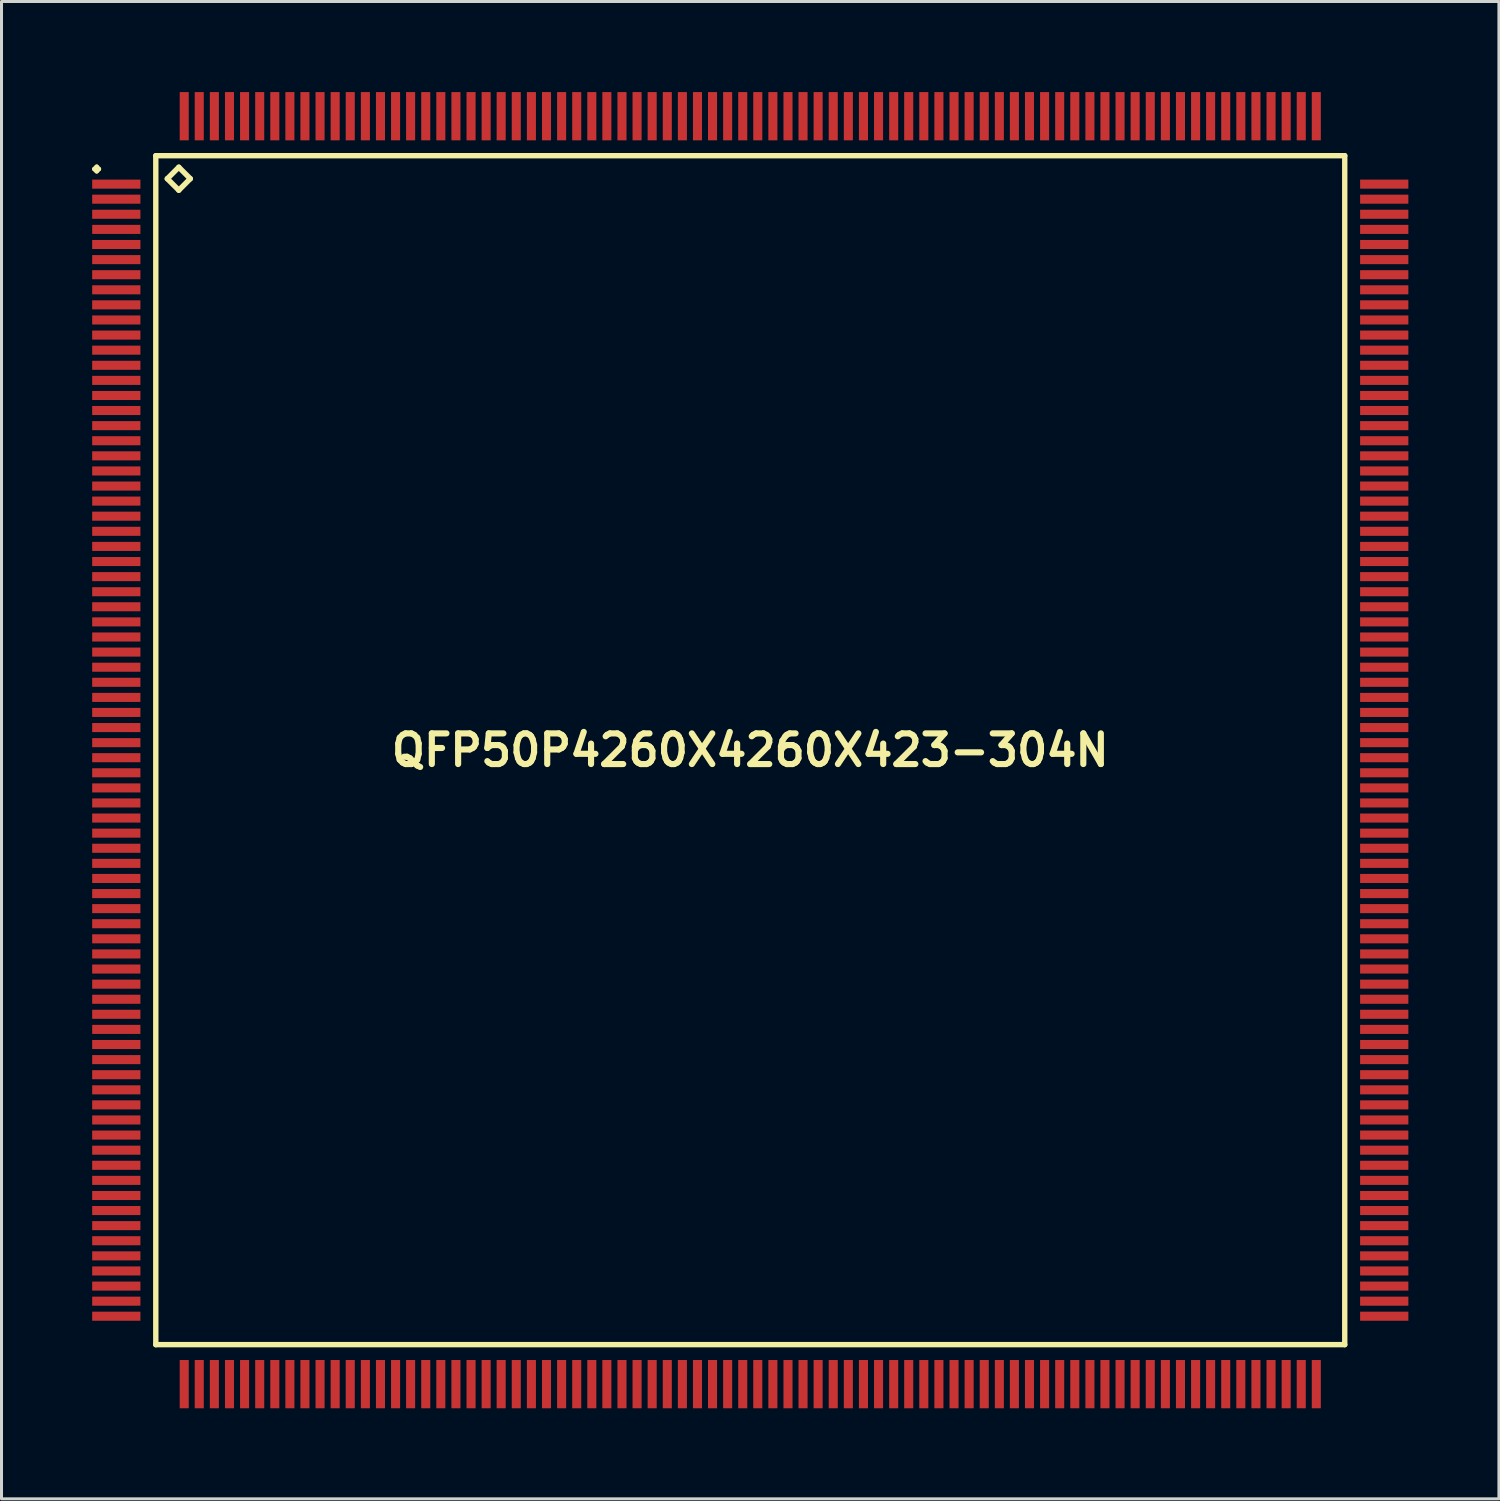
<source format=kicad_pcb>
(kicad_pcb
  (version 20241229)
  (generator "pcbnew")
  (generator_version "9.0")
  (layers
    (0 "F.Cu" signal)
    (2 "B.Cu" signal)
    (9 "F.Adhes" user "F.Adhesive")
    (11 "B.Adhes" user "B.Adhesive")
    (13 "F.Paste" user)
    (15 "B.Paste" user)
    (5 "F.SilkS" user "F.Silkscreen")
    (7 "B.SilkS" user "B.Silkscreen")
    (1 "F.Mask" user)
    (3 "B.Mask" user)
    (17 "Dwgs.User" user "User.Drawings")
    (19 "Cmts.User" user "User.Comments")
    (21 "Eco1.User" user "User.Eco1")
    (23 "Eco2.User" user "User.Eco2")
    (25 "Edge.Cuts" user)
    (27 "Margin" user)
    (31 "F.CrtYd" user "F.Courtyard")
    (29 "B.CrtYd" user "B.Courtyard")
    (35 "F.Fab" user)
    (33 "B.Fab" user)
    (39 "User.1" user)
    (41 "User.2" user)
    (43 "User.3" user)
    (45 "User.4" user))
  (footprint "QFP50P4260X4260X423-304N"
    (layer "F.Cu")
    (at 21.8 21.797)
    (property "Reference" "QFP50P4260X4260X423-304N" (at 0 0 0) (layer "F.SilkS") (effects (font (size 1.016 1.016) (thickness 0.203))))
    (attr smd)
    (fp_line (start -21.725 -19.248) (end -21.648 -19.324) (stroke (width 0.15) (type solid)) (layer "F.SilkS"))
    (fp_line (start -21.648 -19.324) (end -21.575 -19.248) (stroke (width 0.15) (type solid)) (layer "F.SilkS"))
    (fp_line (start -21.648 -19.174) (end -21.725 -19.248) (stroke (width 0.15) (type solid)) (layer "F.SilkS"))
    (fp_line (start -21.575 -19.248) (end -21.648 -19.174) (stroke (width 0.15) (type solid)) (layer "F.SilkS"))
    (fp_line (start -19.69 -19.69) (end -19.69 19.69) (stroke (width 0.178) (type solid)) (layer "F.SilkS"))
    (fp_line (start -19.69 19.69) (end 19.69 19.69) (stroke (width 0.178) (type solid)) (layer "F.SilkS"))
    (fp_line (start -19.309 -18.928) (end -18.928 -19.309) (stroke (width 0.178) (type solid)) (layer "F.SilkS"))
    (fp_line (start -18.928 -19.309) (end -18.547 -18.928) (stroke (width 0.178) (type solid)) (layer "F.SilkS"))
    (fp_line (start -18.928 -18.547) (end -19.309 -18.928) (stroke (width 0.178) (type solid)) (layer "F.SilkS"))
    (fp_line (start -18.547 -18.928) (end -18.928 -18.547) (stroke (width 0.178) (type solid)) (layer "F.SilkS"))
    (fp_line (start 19.69 -19.69) (end -19.69 -19.69) (stroke (width 0.178) (type solid)) (layer "F.SilkS"))
    (fp_line (start 19.69 19.69) (end 19.69 -19.69) (stroke (width 0.178) (type solid)) (layer "F.SilkS"))
    (pad "1" smd rect (at -20.998 -18.748) (size 1.598 0.3) (layers "F.Cu" "F.Mask" "F.Paste"))
    (pad "2" smd rect (at -20.998 -18.25) (size 1.598 0.3) (layers "F.Cu" "F.Mask" "F.Paste"))
    (pad "3" smd rect (at -20.998 -17.75) (size 1.598 0.3) (layers "F.Cu" "F.Mask" "F.Paste"))
    (pad "4" smd rect (at -20.998 -17.249) (size 1.598 0.3) (layers "F.Cu" "F.Mask" "F.Paste"))
    (pad "5" smd rect (at -20.998 -16.749) (size 1.598 0.3) (layers "F.Cu" "F.Mask" "F.Paste"))
    (pad "6" smd rect (at -20.998 -16.248) (size 1.598 0.3) (layers "F.Cu" "F.Mask" "F.Paste"))
    (pad "7" smd rect (at -20.998 -15.748) (size 1.598 0.3) (layers "F.Cu" "F.Mask" "F.Paste"))
    (pad "8" smd rect (at -20.998 -15.248) (size 1.598 0.3) (layers "F.Cu" "F.Mask" "F.Paste"))
    (pad "9" smd rect (at -20.998 -14.75) (size 1.598 0.3) (layers "F.Cu" "F.Mask" "F.Paste"))
    (pad "10" smd rect (at -20.998 -14.249) (size 1.598 0.3) (layers "F.Cu" "F.Mask" "F.Paste"))
    (pad "11" smd rect (at -20.998 -13.749) (size 1.598 0.3) (layers "F.Cu" "F.Mask" "F.Paste"))
    (pad "12" smd rect (at -20.998 -13.249) (size 1.598 0.3) (layers "F.Cu" "F.Mask" "F.Paste"))
    (pad "13" smd rect (at -20.998 -12.748) (size 1.598 0.3) (layers "F.Cu" "F.Mask" "F.Paste"))
    (pad "14" smd rect (at -20.998 -12.248) (size 1.598 0.3) (layers "F.Cu" "F.Mask" "F.Paste"))
    (pad "15" smd rect (at -20.998 -11.748) (size 1.598 0.3) (layers "F.Cu" "F.Mask" "F.Paste"))
    (pad "16" smd rect (at -20.998 -11.25) (size 1.598 0.3) (layers "F.Cu" "F.Mask" "F.Paste"))
    (pad "17" smd rect (at -20.998 -10.749) (size 1.598 0.3) (layers "F.Cu" "F.Mask" "F.Paste"))
    (pad "18" smd rect (at -20.998 -10.249) (size 1.598 0.3) (layers "F.Cu" "F.Mask" "F.Paste"))
    (pad "19" smd rect (at -20.998 -9.749) (size 1.598 0.3) (layers "F.Cu" "F.Mask" "F.Paste"))
    (pad "20" smd rect (at -20.998 -9.248) (size 1.598 0.3) (layers "F.Cu" "F.Mask" "F.Paste"))
    (pad "21" smd rect (at -20.998 -8.748) (size 1.598 0.3) (layers "F.Cu" "F.Mask" "F.Paste"))
    (pad "22" smd rect (at -20.998 -8.25) (size 1.598 0.3) (layers "F.Cu" "F.Mask" "F.Paste"))
    (pad "23" smd rect (at -20.998 -7.75) (size 1.598 0.3) (layers "F.Cu" "F.Mask" "F.Paste"))
    (pad "24" smd rect (at -20.998 -7.249) (size 1.598 0.3) (layers "F.Cu" "F.Mask" "F.Paste"))
    (pad "25" smd rect (at -20.998 -6.749) (size 1.598 0.3) (layers "F.Cu" "F.Mask" "F.Paste"))
    (pad "26" smd rect (at -20.998 -6.248) (size 1.598 0.3) (layers "F.Cu" "F.Mask" "F.Paste"))
    (pad "27" smd rect (at -20.998 -5.748) (size 1.598 0.3) (layers "F.Cu" "F.Mask" "F.Paste"))
    (pad "28" smd rect (at -20.998 -5.248) (size 1.598 0.3) (layers "F.Cu" "F.Mask" "F.Paste"))
    (pad "29" smd rect (at -20.998 -4.75) (size 1.598 0.3) (layers "F.Cu" "F.Mask" "F.Paste"))
    (pad "30" smd rect (at -20.998 -4.249) (size 1.598 0.3) (layers "F.Cu" "F.Mask" "F.Paste"))
    (pad "31" smd rect (at -20.998 -3.749) (size 1.598 0.3) (layers "F.Cu" "F.Mask" "F.Paste"))
    (pad "32" smd rect (at -20.998 -3.249) (size 1.598 0.3) (layers "F.Cu" "F.Mask" "F.Paste"))
    (pad "33" smd rect (at -20.998 -2.748) (size 1.598 0.3) (layers "F.Cu" "F.Mask" "F.Paste"))
    (pad "34" smd rect (at -20.998 -2.248) (size 1.598 0.3) (layers "F.Cu" "F.Mask" "F.Paste"))
    (pad "35" smd rect (at -20.998 -1.748) (size 1.598 0.3) (layers "F.Cu" "F.Mask" "F.Paste"))
    (pad "36" smd rect (at -20.998 -1.25) (size 1.598 0.3) (layers "F.Cu" "F.Mask" "F.Paste"))
    (pad "37" smd rect (at -20.998 -0.749) (size 1.598 0.3) (layers "F.Cu" "F.Mask" "F.Paste"))
    (pad "38" smd rect (at -20.998 -0.249) (size 1.598 0.3) (layers "F.Cu" "F.Mask" "F.Paste"))
    (pad "39" smd rect (at -20.998 0.249) (size 1.598 0.3) (layers "F.Cu" "F.Mask" "F.Paste"))
    (pad "40" smd rect (at -20.998 0.749) (size 1.598 0.3) (layers "F.Cu" "F.Mask" "F.Paste"))
    (pad "41" smd rect (at -20.998 1.25) (size 1.598 0.3) (layers "F.Cu" "F.Mask" "F.Paste"))
    (pad "42" smd rect (at -20.998 1.748) (size 1.598 0.3) (layers "F.Cu" "F.Mask" "F.Paste"))
    (pad "43" smd rect (at -20.998 2.248) (size 1.598 0.3) (layers "F.Cu" "F.Mask" "F.Paste"))
    (pad "44" smd rect (at -20.998 2.748) (size 1.598 0.3) (layers "F.Cu" "F.Mask" "F.Paste"))
    (pad "45" smd rect (at -20.998 3.249) (size 1.598 0.3) (layers "F.Cu" "F.Mask" "F.Paste"))
    (pad "46" smd rect (at -20.998 3.749) (size 1.598 0.3) (layers "F.Cu" "F.Mask" "F.Paste"))
    (pad "47" smd rect (at -20.998 4.249) (size 1.598 0.3) (layers "F.Cu" "F.Mask" "F.Paste"))
    (pad "48" smd rect (at -20.998 4.75) (size 1.598 0.3) (layers "F.Cu" "F.Mask" "F.Paste"))
    (pad "49" smd rect (at -20.998 5.248) (size 1.598 0.3) (layers "F.Cu" "F.Mask" "F.Paste"))
    (pad "50" smd rect (at -20.998 5.748) (size 1.598 0.3) (layers "F.Cu" "F.Mask" "F.Paste"))
    (pad "51" smd rect (at -20.998 6.248) (size 1.598 0.3) (layers "F.Cu" "F.Mask" "F.Paste"))
    (pad "52" smd rect (at -20.998 6.749) (size 1.598 0.3) (layers "F.Cu" "F.Mask" "F.Paste"))
    (pad "53" smd rect (at -20.998 7.249) (size 1.598 0.3) (layers "F.Cu" "F.Mask" "F.Paste"))
    (pad "54" smd rect (at -20.998 7.75) (size 1.598 0.3) (layers "F.Cu" "F.Mask" "F.Paste"))
    (pad "55" smd rect (at -20.998 8.25) (size 1.598 0.3) (layers "F.Cu" "F.Mask" "F.Paste"))
    (pad "56" smd rect (at -20.998 8.748) (size 1.598 0.3) (layers "F.Cu" "F.Mask" "F.Paste"))
    (pad "57" smd rect (at -20.998 9.248) (size 1.598 0.3) (layers "F.Cu" "F.Mask" "F.Paste"))
    (pad "58" smd rect (at -20.998 9.749) (size 1.598 0.3) (layers "F.Cu" "F.Mask" "F.Paste"))
    (pad "59" smd rect (at -20.998 10.249) (size 1.598 0.3) (layers "F.Cu" "F.Mask" "F.Paste"))
    (pad "60" smd rect (at -20.998 10.749) (size 1.598 0.3) (layers "F.Cu" "F.Mask" "F.Paste"))
    (pad "61" smd rect (at -20.998 11.25) (size 1.598 0.3) (layers "F.Cu" "F.Mask" "F.Paste"))
    (pad "62" smd rect (at -20.998 11.748) (size 1.598 0.3) (layers "F.Cu" "F.Mask" "F.Paste"))
    (pad "63" smd rect (at -20.998 12.248) (size 1.598 0.3) (layers "F.Cu" "F.Mask" "F.Paste"))
    (pad "64" smd rect (at -20.998 12.748) (size 1.598 0.3) (layers "F.Cu" "F.Mask" "F.Paste"))
    (pad "65" smd rect (at -20.998 13.249) (size 1.598 0.3) (layers "F.Cu" "F.Mask" "F.Paste"))
    (pad "66" smd rect (at -20.998 13.749) (size 1.598 0.3) (layers "F.Cu" "F.Mask" "F.Paste"))
    (pad "67" smd rect (at -20.998 14.249) (size 1.598 0.3) (layers "F.Cu" "F.Mask" "F.Paste"))
    (pad "68" smd rect (at -20.998 14.75) (size 1.598 0.3) (layers "F.Cu" "F.Mask" "F.Paste"))
    (pad "69" smd rect (at -20.998 15.248) (size 1.598 0.3) (layers "F.Cu" "F.Mask" "F.Paste"))
    (pad "70" smd rect (at -20.998 15.748) (size 1.598 0.3) (layers "F.Cu" "F.Mask" "F.Paste"))
    (pad "71" smd rect (at -20.998 16.248) (size 1.598 0.3) (layers "F.Cu" "F.Mask" "F.Paste"))
    (pad "72" smd rect (at -20.998 16.749) (size 1.598 0.3) (layers "F.Cu" "F.Mask" "F.Paste"))
    (pad "73" smd rect (at -20.998 17.249) (size 1.598 0.3) (layers "F.Cu" "F.Mask" "F.Paste"))
    (pad "74" smd rect (at -20.998 17.75) (size 1.598 0.3) (layers "F.Cu" "F.Mask" "F.Paste"))
    (pad "75" smd rect (at -20.998 18.25) (size 1.598 0.3) (layers "F.Cu" "F.Mask" "F.Paste"))
    (pad "76" smd rect (at -20.998 18.748) (size 1.598 0.3) (layers "F.Cu" "F.Mask" "F.Paste"))
    (pad "77" smd rect (at -18.748 20.998) (size 0.3 1.598) (layers "F.Cu" "F.Mask" "F.Paste"))
    (pad "78" smd rect (at -18.25 20.998) (size 0.3 1.598) (layers "F.Cu" "F.Mask" "F.Paste"))
    (pad "79" smd rect (at -17.75 20.998) (size 0.3 1.598) (layers "F.Cu" "F.Mask" "F.Paste"))
    (pad "80" smd rect (at -17.249 20.998) (size 0.3 1.598) (layers "F.Cu" "F.Mask" "F.Paste"))
    (pad "81" smd rect (at -16.749 20.998) (size 0.3 1.598) (layers "F.Cu" "F.Mask" "F.Paste"))
    (pad "82" smd rect (at -16.248 20.998) (size 0.3 1.598) (layers "F.Cu" "F.Mask" "F.Paste"))
    (pad "83" smd rect (at -15.748 20.998) (size 0.3 1.598) (layers "F.Cu" "F.Mask" "F.Paste"))
    (pad "84" smd rect (at -15.248 20.998) (size 0.3 1.598) (layers "F.Cu" "F.Mask" "F.Paste"))
    (pad "85" smd rect (at -14.75 20.998) (size 0.3 1.598) (layers "F.Cu" "F.Mask" "F.Paste"))
    (pad "86" smd rect (at -14.249 20.998) (size 0.3 1.598) (layers "F.Cu" "F.Mask" "F.Paste"))
    (pad "87" smd rect (at -13.749 20.998) (size 0.3 1.598) (layers "F.Cu" "F.Mask" "F.Paste"))
    (pad "88" smd rect (at -13.249 20.998) (size 0.3 1.598) (layers "F.Cu" "F.Mask" "F.Paste"))
    (pad "89" smd rect (at -12.748 20.998) (size 0.3 1.598) (layers "F.Cu" "F.Mask" "F.Paste"))
    (pad "90" smd rect (at -12.248 20.998) (size 0.3 1.598) (layers "F.Cu" "F.Mask" "F.Paste"))
    (pad "91" smd rect (at -11.748 20.998) (size 0.3 1.598) (layers "F.Cu" "F.Mask" "F.Paste"))
    (pad "92" smd rect (at -11.25 20.998) (size 0.3 1.598) (layers "F.Cu" "F.Mask" "F.Paste"))
    (pad "93" smd rect (at -10.749 20.998) (size 0.3 1.598) (layers "F.Cu" "F.Mask" "F.Paste"))
    (pad "94" smd rect (at -10.249 20.998) (size 0.3 1.598) (layers "F.Cu" "F.Mask" "F.Paste"))
    (pad "95" smd rect (at -9.749 20.998) (size 0.3 1.598) (layers "F.Cu" "F.Mask" "F.Paste"))
    (pad "96" smd rect (at -9.248 20.998) (size 0.3 1.598) (layers "F.Cu" "F.Mask" "F.Paste"))
    (pad "97" smd rect (at -8.748 20.998) (size 0.3 1.598) (layers "F.Cu" "F.Mask" "F.Paste"))
    (pad "98" smd rect (at -8.25 20.998) (size 0.3 1.598) (layers "F.Cu" "F.Mask" "F.Paste"))
    (pad "99" smd rect (at -7.75 20.998) (size 0.3 1.598) (layers "F.Cu" "F.Mask" "F.Paste"))
    (pad "100" smd rect (at -7.249 20.998) (size 0.3 1.598) (layers "F.Cu" "F.Mask" "F.Paste"))
    (pad "101" smd rect (at -6.749 20.998) (size 0.3 1.598) (layers "F.Cu" "F.Mask" "F.Paste"))
    (pad "102" smd rect (at -6.248 20.998) (size 0.3 1.598) (layers "F.Cu" "F.Mask" "F.Paste"))
    (pad "103" smd rect (at -5.748 20.998) (size 0.3 1.598) (layers "F.Cu" "F.Mask" "F.Paste"))
    (pad "104" smd rect (at -5.248 20.998) (size 0.3 1.598) (layers "F.Cu" "F.Mask" "F.Paste"))
    (pad "105" smd rect (at -4.75 20.998) (size 0.3 1.598) (layers "F.Cu" "F.Mask" "F.Paste"))
    (pad "106" smd rect (at -4.249 20.998) (size 0.3 1.598) (layers "F.Cu" "F.Mask" "F.Paste"))
    (pad "107" smd rect (at -3.749 20.998) (size 0.3 1.598) (layers "F.Cu" "F.Mask" "F.Paste"))
    (pad "108" smd rect (at -3.249 20.998) (size 0.3 1.598) (layers "F.Cu" "F.Mask" "F.Paste"))
    (pad "109" smd rect (at -2.748 20.998) (size 0.3 1.598) (layers "F.Cu" "F.Mask" "F.Paste"))
    (pad "110" smd rect (at -2.248 20.998) (size 0.3 1.598) (layers "F.Cu" "F.Mask" "F.Paste"))
    (pad "111" smd rect (at -1.748 20.998) (size 0.3 1.598) (layers "F.Cu" "F.Mask" "F.Paste"))
    (pad "112" smd rect (at -1.25 20.998) (size 0.3 1.598) (layers "F.Cu" "F.Mask" "F.Paste"))
    (pad "113" smd rect (at -0.749 20.998) (size 0.3 1.598) (layers "F.Cu" "F.Mask" "F.Paste"))
    (pad "114" smd rect (at -0.249 20.998) (size 0.3 1.598) (layers "F.Cu" "F.Mask" "F.Paste"))
    (pad "115" smd rect (at 0.249 20.998) (size 0.3 1.598) (layers "F.Cu" "F.Mask" "F.Paste"))
    (pad "116" smd rect (at 0.749 20.998) (size 0.3 1.598) (layers "F.Cu" "F.Mask" "F.Paste"))
    (pad "117" smd rect (at 1.25 20.998) (size 0.3 1.598) (layers "F.Cu" "F.Mask" "F.Paste"))
    (pad "118" smd rect (at 1.748 20.998) (size 0.3 1.598) (layers "F.Cu" "F.Mask" "F.Paste"))
    (pad "119" smd rect (at 2.248 20.998) (size 0.3 1.598) (layers "F.Cu" "F.Mask" "F.Paste"))
    (pad "120" smd rect (at 2.748 20.998) (size 0.3 1.598) (layers "F.Cu" "F.Mask" "F.Paste"))
    (pad "121" smd rect (at 3.249 20.998) (size 0.3 1.598) (layers "F.Cu" "F.Mask" "F.Paste"))
    (pad "122" smd rect (at 3.749 20.998) (size 0.3 1.598) (layers "F.Cu" "F.Mask" "F.Paste"))
    (pad "123" smd rect (at 4.249 20.998) (size 0.3 1.598) (layers "F.Cu" "F.Mask" "F.Paste"))
    (pad "124" smd rect (at 4.75 20.998) (size 0.3 1.598) (layers "F.Cu" "F.Mask" "F.Paste"))
    (pad "125" smd rect (at 5.248 20.998) (size 0.3 1.598) (layers "F.Cu" "F.Mask" "F.Paste"))
    (pad "126" smd rect (at 5.748 20.998) (size 0.3 1.598) (layers "F.Cu" "F.Mask" "F.Paste"))
    (pad "127" smd rect (at 6.248 20.998) (size 0.3 1.598) (layers "F.Cu" "F.Mask" "F.Paste"))
    (pad "128" smd rect (at 6.749 20.998) (size 0.3 1.598) (layers "F.Cu" "F.Mask" "F.Paste"))
    (pad "129" smd rect (at 7.249 20.998) (size 0.3 1.598) (layers "F.Cu" "F.Mask" "F.Paste"))
    (pad "130" smd rect (at 7.75 20.998) (size 0.3 1.598) (layers "F.Cu" "F.Mask" "F.Paste"))
    (pad "131" smd rect (at 8.25 20.998) (size 0.3 1.598) (layers "F.Cu" "F.Mask" "F.Paste"))
    (pad "132" smd rect (at 8.748 20.998) (size 0.3 1.598) (layers "F.Cu" "F.Mask" "F.Paste"))
    (pad "133" smd rect (at 9.248 20.998) (size 0.3 1.598) (layers "F.Cu" "F.Mask" "F.Paste"))
    (pad "134" smd rect (at 9.749 20.998) (size 0.3 1.598) (layers "F.Cu" "F.Mask" "F.Paste"))
    (pad "135" smd rect (at 10.249 20.998) (size 0.3 1.598) (layers "F.Cu" "F.Mask" "F.Paste"))
    (pad "136" smd rect (at 10.749 20.998) (size 0.3 1.598) (layers "F.Cu" "F.Mask" "F.Paste"))
    (pad "137" smd rect (at 11.25 20.998) (size 0.3 1.598) (layers "F.Cu" "F.Mask" "F.Paste"))
    (pad "138" smd rect (at 11.748 20.998) (size 0.3 1.598) (layers "F.Cu" "F.Mask" "F.Paste"))
    (pad "139" smd rect (at 12.248 20.998) (size 0.3 1.598) (layers "F.Cu" "F.Mask" "F.Paste"))
    (pad "140" smd rect (at 12.748 20.998) (size 0.3 1.598) (layers "F.Cu" "F.Mask" "F.Paste"))
    (pad "141" smd rect (at 13.249 20.998) (size 0.3 1.598) (layers "F.Cu" "F.Mask" "F.Paste"))
    (pad "142" smd rect (at 13.749 20.998) (size 0.3 1.598) (layers "F.Cu" "F.Mask" "F.Paste"))
    (pad "143" smd rect (at 14.249 20.998) (size 0.3 1.598) (layers "F.Cu" "F.Mask" "F.Paste"))
    (pad "144" smd rect (at 14.75 20.998) (size 0.3 1.598) (layers "F.Cu" "F.Mask" "F.Paste"))
    (pad "145" smd rect (at 15.248 20.998) (size 0.3 1.598) (layers "F.Cu" "F.Mask" "F.Paste"))
    (pad "146" smd rect (at 15.748 20.998) (size 0.3 1.598) (layers "F.Cu" "F.Mask" "F.Paste"))
    (pad "147" smd rect (at 16.248 20.998) (size 0.3 1.598) (layers "F.Cu" "F.Mask" "F.Paste"))
    (pad "148" smd rect (at 16.749 20.998) (size 0.3 1.598) (layers "F.Cu" "F.Mask" "F.Paste"))
    (pad "149" smd rect (at 17.249 20.998) (size 0.3 1.598) (layers "F.Cu" "F.Mask" "F.Paste"))
    (pad "150" smd rect (at 17.75 20.998) (size 0.3 1.598) (layers "F.Cu" "F.Mask" "F.Paste"))
    (pad "151" smd rect (at 18.25 20.998) (size 0.3 1.598) (layers "F.Cu" "F.Mask" "F.Paste"))
    (pad "152" smd rect (at 18.748 20.998) (size 0.3 1.598) (layers "F.Cu" "F.Mask" "F.Paste"))
    (pad "153" smd rect (at 20.998 18.748) (size 1.598 0.3) (layers "F.Cu" "F.Mask" "F.Paste"))
    (pad "154" smd rect (at 20.998 18.25) (size 1.598 0.3) (layers "F.Cu" "F.Mask" "F.Paste"))
    (pad "155" smd rect (at 20.998 17.75) (size 1.598 0.3) (layers "F.Cu" "F.Mask" "F.Paste"))
    (pad "156" smd rect (at 20.998 17.249) (size 1.598 0.3) (layers "F.Cu" "F.Mask" "F.Paste"))
    (pad "157" smd rect (at 20.998 16.749) (size 1.598 0.3) (layers "F.Cu" "F.Mask" "F.Paste"))
    (pad "158" smd rect (at 20.998 16.248) (size 1.598 0.3) (layers "F.Cu" "F.Mask" "F.Paste"))
    (pad "159" smd rect (at 20.998 15.748) (size 1.598 0.3) (layers "F.Cu" "F.Mask" "F.Paste"))
    (pad "160" smd rect (at 20.998 15.248) (size 1.598 0.3) (layers "F.Cu" "F.Mask" "F.Paste"))
    (pad "161" smd rect (at 20.998 14.75) (size 1.598 0.3) (layers "F.Cu" "F.Mask" "F.Paste"))
    (pad "162" smd rect (at 20.998 14.249) (size 1.598 0.3) (layers "F.Cu" "F.Mask" "F.Paste"))
    (pad "163" smd rect (at 20.998 13.749) (size 1.598 0.3) (layers "F.Cu" "F.Mask" "F.Paste"))
    (pad "164" smd rect (at 20.998 13.249) (size 1.598 0.3) (layers "F.Cu" "F.Mask" "F.Paste"))
    (pad "165" smd rect (at 20.998 12.748) (size 1.598 0.3) (layers "F.Cu" "F.Mask" "F.Paste"))
    (pad "166" smd rect (at 20.998 12.248) (size 1.598 0.3) (layers "F.Cu" "F.Mask" "F.Paste"))
    (pad "167" smd rect (at 20.998 11.748) (size 1.598 0.3) (layers "F.Cu" "F.Mask" "F.Paste"))
    (pad "168" smd rect (at 20.998 11.25) (size 1.598 0.3) (layers "F.Cu" "F.Mask" "F.Paste"))
    (pad "169" smd rect (at 20.998 10.749) (size 1.598 0.3) (layers "F.Cu" "F.Mask" "F.Paste"))
    (pad "170" smd rect (at 20.998 10.249) (size 1.598 0.3) (layers "F.Cu" "F.Mask" "F.Paste"))
    (pad "171" smd rect (at 20.998 9.749) (size 1.598 0.3) (layers "F.Cu" "F.Mask" "F.Paste"))
    (pad "172" smd rect (at 20.998 9.248) (size 1.598 0.3) (layers "F.Cu" "F.Mask" "F.Paste"))
    (pad "173" smd rect (at 20.998 8.748) (size 1.598 0.3) (layers "F.Cu" "F.Mask" "F.Paste"))
    (pad "174" smd rect (at 20.998 8.25) (size 1.598 0.3) (layers "F.Cu" "F.Mask" "F.Paste"))
    (pad "175" smd rect (at 20.998 7.75) (size 1.598 0.3) (layers "F.Cu" "F.Mask" "F.Paste"))
    (pad "176" smd rect (at 20.998 7.249) (size 1.598 0.3) (layers "F.Cu" "F.Mask" "F.Paste"))
    (pad "177" smd rect (at 20.998 6.749) (size 1.598 0.3) (layers "F.Cu" "F.Mask" "F.Paste"))
    (pad "178" smd rect (at 20.998 6.248) (size 1.598 0.3) (layers "F.Cu" "F.Mask" "F.Paste"))
    (pad "179" smd rect (at 20.998 5.748) (size 1.598 0.3) (layers "F.Cu" "F.Mask" "F.Paste"))
    (pad "180" smd rect (at 20.998 5.248) (size 1.598 0.3) (layers "F.Cu" "F.Mask" "F.Paste"))
    (pad "181" smd rect (at 20.998 4.75) (size 1.598 0.3) (layers "F.Cu" "F.Mask" "F.Paste"))
    (pad "182" smd rect (at 20.998 4.249) (size 1.598 0.3) (layers "F.Cu" "F.Mask" "F.Paste"))
    (pad "183" smd rect (at 20.998 3.749) (size 1.598 0.3) (layers "F.Cu" "F.Mask" "F.Paste"))
    (pad "184" smd rect (at 20.998 3.249) (size 1.598 0.3) (layers "F.Cu" "F.Mask" "F.Paste"))
    (pad "185" smd rect (at 20.998 2.748) (size 1.598 0.3) (layers "F.Cu" "F.Mask" "F.Paste"))
    (pad "186" smd rect (at 20.998 2.248) (size 1.598 0.3) (layers "F.Cu" "F.Mask" "F.Paste"))
    (pad "187" smd rect (at 20.998 1.748) (size 1.598 0.3) (layers "F.Cu" "F.Mask" "F.Paste"))
    (pad "188" smd rect (at 20.998 1.25) (size 1.598 0.3) (layers "F.Cu" "F.Mask" "F.Paste"))
    (pad "189" smd rect (at 20.998 0.749) (size 1.598 0.3) (layers "F.Cu" "F.Mask" "F.Paste"))
    (pad "190" smd rect (at 20.998 0.249) (size 1.598 0.3) (layers "F.Cu" "F.Mask" "F.Paste"))
    (pad "191" smd rect (at 20.998 -0.249) (size 1.598 0.3) (layers "F.Cu" "F.Mask" "F.Paste"))
    (pad "192" smd rect (at 20.998 -0.749) (size 1.598 0.3) (layers "F.Cu" "F.Mask" "F.Paste"))
    (pad "193" smd rect (at 20.998 -1.25) (size 1.598 0.3) (layers "F.Cu" "F.Mask" "F.Paste"))
    (pad "194" smd rect (at 20.998 -1.748) (size 1.598 0.3) (layers "F.Cu" "F.Mask" "F.Paste"))
    (pad "195" smd rect (at 20.998 -2.248) (size 1.598 0.3) (layers "F.Cu" "F.Mask" "F.Paste"))
    (pad "196" smd rect (at 20.998 -2.748) (size 1.598 0.3) (layers "F.Cu" "F.Mask" "F.Paste"))
    (pad "197" smd rect (at 20.998 -3.249) (size 1.598 0.3) (layers "F.Cu" "F.Mask" "F.Paste"))
    (pad "198" smd rect (at 20.998 -3.749) (size 1.598 0.3) (layers "F.Cu" "F.Mask" "F.Paste"))
    (pad "199" smd rect (at 20.998 -4.249) (size 1.598 0.3) (layers "F.Cu" "F.Mask" "F.Paste"))
    (pad "200" smd rect (at 20.998 -4.75) (size 1.598 0.3) (layers "F.Cu" "F.Mask" "F.Paste"))
    (pad "201" smd rect (at 20.998 -5.248) (size 1.598 0.3) (layers "F.Cu" "F.Mask" "F.Paste"))
    (pad "202" smd rect (at 20.998 -5.748) (size 1.598 0.3) (layers "F.Cu" "F.Mask" "F.Paste"))
    (pad "203" smd rect (at 20.998 -6.248) (size 1.598 0.3) (layers "F.Cu" "F.Mask" "F.Paste"))
    (pad "204" smd rect (at 20.998 -6.749) (size 1.598 0.3) (layers "F.Cu" "F.Mask" "F.Paste"))
    (pad "205" smd rect (at 20.998 -7.249) (size 1.598 0.3) (layers "F.Cu" "F.Mask" "F.Paste"))
    (pad "206" smd rect (at 20.998 -7.75) (size 1.598 0.3) (layers "F.Cu" "F.Mask" "F.Paste"))
    (pad "207" smd rect (at 20.998 -8.25) (size 1.598 0.3) (layers "F.Cu" "F.Mask" "F.Paste"))
    (pad "208" smd rect (at 20.998 -8.748) (size 1.598 0.3) (layers "F.Cu" "F.Mask" "F.Paste"))
    (pad "209" smd rect (at 20.998 -9.248) (size 1.598 0.3) (layers "F.Cu" "F.Mask" "F.Paste"))
    (pad "210" smd rect (at 20.998 -9.749) (size 1.598 0.3) (layers "F.Cu" "F.Mask" "F.Paste"))
    (pad "211" smd rect (at 20.998 -10.249) (size 1.598 0.3) (layers "F.Cu" "F.Mask" "F.Paste"))
    (pad "212" smd rect (at 20.998 -10.749) (size 1.598 0.3) (layers "F.Cu" "F.Mask" "F.Paste"))
    (pad "213" smd rect (at 20.998 -11.25) (size 1.598 0.3) (layers "F.Cu" "F.Mask" "F.Paste"))
    (pad "214" smd rect (at 20.998 -11.748) (size 1.598 0.3) (layers "F.Cu" "F.Mask" "F.Paste"))
    (pad "215" smd rect (at 20.998 -12.248) (size 1.598 0.3) (layers "F.Cu" "F.Mask" "F.Paste"))
    (pad "216" smd rect (at 20.998 -12.748) (size 1.598 0.3) (layers "F.Cu" "F.Mask" "F.Paste"))
    (pad "217" smd rect (at 20.998 -13.249) (size 1.598 0.3) (layers "F.Cu" "F.Mask" "F.Paste"))
    (pad "218" smd rect (at 20.998 -13.749) (size 1.598 0.3) (layers "F.Cu" "F.Mask" "F.Paste"))
    (pad "219" smd rect (at 20.998 -14.249) (size 1.598 0.3) (layers "F.Cu" "F.Mask" "F.Paste"))
    (pad "220" smd rect (at 20.998 -14.75) (size 1.598 0.3) (layers "F.Cu" "F.Mask" "F.Paste"))
    (pad "221" smd rect (at 20.998 -15.248) (size 1.598 0.3) (layers "F.Cu" "F.Mask" "F.Paste"))
    (pad "222" smd rect (at 20.998 -15.748) (size 1.598 0.3) (layers "F.Cu" "F.Mask" "F.Paste"))
    (pad "223" smd rect (at 20.998 -16.248) (size 1.598 0.3) (layers "F.Cu" "F.Mask" "F.Paste"))
    (pad "224" smd rect (at 20.998 -16.749) (size 1.598 0.3) (layers "F.Cu" "F.Mask" "F.Paste"))
    (pad "225" smd rect (at 20.998 -17.249) (size 1.598 0.3) (layers "F.Cu" "F.Mask" "F.Paste"))
    (pad "226" smd rect (at 20.998 -17.75) (size 1.598 0.3) (layers "F.Cu" "F.Mask" "F.Paste"))
    (pad "227" smd rect (at 20.998 -18.25) (size 1.598 0.3) (layers "F.Cu" "F.Mask" "F.Paste"))
    (pad "228" smd rect (at 20.998 -18.748) (size 1.598 0.3) (layers "F.Cu" "F.Mask" "F.Paste"))
    (pad "229" smd rect (at 18.748 -20.998) (size 0.3 1.598) (layers "F.Cu" "F.Mask" "F.Paste"))
    (pad "230" smd rect (at 18.25 -20.998) (size 0.3 1.598) (layers "F.Cu" "F.Mask" "F.Paste"))
    (pad "231" smd rect (at 17.75 -20.998) (size 0.3 1.598) (layers "F.Cu" "F.Mask" "F.Paste"))
    (pad "232" smd rect (at 17.249 -20.998) (size 0.3 1.598) (layers "F.Cu" "F.Mask" "F.Paste"))
    (pad "233" smd rect (at 16.749 -20.998) (size 0.3 1.598) (layers "F.Cu" "F.Mask" "F.Paste"))
    (pad "234" smd rect (at 16.248 -20.998) (size 0.3 1.598) (layers "F.Cu" "F.Mask" "F.Paste"))
    (pad "235" smd rect (at 15.748 -20.998) (size 0.3 1.598) (layers "F.Cu" "F.Mask" "F.Paste"))
    (pad "236" smd rect (at 15.248 -20.998) (size 0.3 1.598) (layers "F.Cu" "F.Mask" "F.Paste"))
    (pad "237" smd rect (at 14.75 -20.998) (size 0.3 1.598) (layers "F.Cu" "F.Mask" "F.Paste"))
    (pad "238" smd rect (at 14.249 -20.998) (size 0.3 1.598) (layers "F.Cu" "F.Mask" "F.Paste"))
    (pad "239" smd rect (at 13.749 -20.998) (size 0.3 1.598) (layers "F.Cu" "F.Mask" "F.Paste"))
    (pad "240" smd rect (at 13.249 -20.998) (size 0.3 1.598) (layers "F.Cu" "F.Mask" "F.Paste"))
    (pad "241" smd rect (at 12.748 -20.998) (size 0.3 1.598) (layers "F.Cu" "F.Mask" "F.Paste"))
    (pad "242" smd rect (at 12.248 -20.998) (size 0.3 1.598) (layers "F.Cu" "F.Mask" "F.Paste"))
    (pad "243" smd rect (at 11.748 -20.998) (size 0.3 1.598) (layers "F.Cu" "F.Mask" "F.Paste"))
    (pad "244" smd rect (at 11.25 -20.998) (size 0.3 1.598) (layers "F.Cu" "F.Mask" "F.Paste"))
    (pad "245" smd rect (at 10.749 -20.998) (size 0.3 1.598) (layers "F.Cu" "F.Mask" "F.Paste"))
    (pad "246" smd rect (at 10.249 -20.998) (size 0.3 1.598) (layers "F.Cu" "F.Mask" "F.Paste"))
    (pad "247" smd rect (at 9.749 -20.998) (size 0.3 1.598) (layers "F.Cu" "F.Mask" "F.Paste"))
    (pad "248" smd rect (at 9.248 -20.998) (size 0.3 1.598) (layers "F.Cu" "F.Mask" "F.Paste"))
    (pad "249" smd rect (at 8.748 -20.998) (size 0.3 1.598) (layers "F.Cu" "F.Mask" "F.Paste"))
    (pad "250" smd rect (at 8.25 -20.998) (size 0.3 1.598) (layers "F.Cu" "F.Mask" "F.Paste"))
    (pad "251" smd rect (at 7.75 -20.998) (size 0.3 1.598) (layers "F.Cu" "F.Mask" "F.Paste"))
    (pad "252" smd rect (at 7.249 -20.998) (size 0.3 1.598) (layers "F.Cu" "F.Mask" "F.Paste"))
    (pad "253" smd rect (at 6.749 -20.998) (size 0.3 1.598) (layers "F.Cu" "F.Mask" "F.Paste"))
    (pad "254" smd rect (at 6.248 -20.998) (size 0.3 1.598) (layers "F.Cu" "F.Mask" "F.Paste"))
    (pad "255" smd rect (at 5.748 -20.998) (size 0.3 1.598) (layers "F.Cu" "F.Mask" "F.Paste"))
    (pad "256" smd rect (at 5.248 -20.998) (size 0.3 1.598) (layers "F.Cu" "F.Mask" "F.Paste"))
    (pad "257" smd rect (at 4.75 -20.998) (size 0.3 1.598) (layers "F.Cu" "F.Mask" "F.Paste"))
    (pad "258" smd rect (at 4.249 -20.998) (size 0.3 1.598) (layers "F.Cu" "F.Mask" "F.Paste"))
    (pad "259" smd rect (at 3.749 -20.998) (size 0.3 1.598) (layers "F.Cu" "F.Mask" "F.Paste"))
    (pad "260" smd rect (at 3.249 -20.998) (size 0.3 1.598) (layers "F.Cu" "F.Mask" "F.Paste"))
    (pad "261" smd rect (at 2.748 -20.998) (size 0.3 1.598) (layers "F.Cu" "F.Mask" "F.Paste"))
    (pad "262" smd rect (at 2.248 -20.998) (size 0.3 1.598) (layers "F.Cu" "F.Mask" "F.Paste"))
    (pad "263" smd rect (at 1.748 -20.998) (size 0.3 1.598) (layers "F.Cu" "F.Mask" "F.Paste"))
    (pad "264" smd rect (at 1.25 -20.998) (size 0.3 1.598) (layers "F.Cu" "F.Mask" "F.Paste"))
    (pad "265" smd rect (at 0.749 -20.998) (size 0.3 1.598) (layers "F.Cu" "F.Mask" "F.Paste"))
    (pad "266" smd rect (at 0.249 -20.998) (size 0.3 1.598) (layers "F.Cu" "F.Mask" "F.Paste"))
    (pad "267" smd rect (at -0.249 -20.998) (size 0.3 1.598) (layers "F.Cu" "F.Mask" "F.Paste"))
    (pad "268" smd rect (at -0.749 -20.998) (size 0.3 1.598) (layers "F.Cu" "F.Mask" "F.Paste"))
    (pad "269" smd rect (at -1.25 -20.998) (size 0.3 1.598) (layers "F.Cu" "F.Mask" "F.Paste"))
    (pad "270" smd rect (at -1.748 -20.998) (size 0.3 1.598) (layers "F.Cu" "F.Mask" "F.Paste"))
    (pad "271" smd rect (at -2.248 -20.998) (size 0.3 1.598) (layers "F.Cu" "F.Mask" "F.Paste"))
    (pad "272" smd rect (at -2.748 -20.998) (size 0.3 1.598) (layers "F.Cu" "F.Mask" "F.Paste"))
    (pad "273" smd rect (at -3.249 -20.998) (size 0.3 1.598) (layers "F.Cu" "F.Mask" "F.Paste"))
    (pad "274" smd rect (at -3.749 -20.998) (size 0.3 1.598) (layers "F.Cu" "F.Mask" "F.Paste"))
    (pad "275" smd rect (at -4.249 -20.998) (size 0.3 1.598) (layers "F.Cu" "F.Mask" "F.Paste"))
    (pad "276" smd rect (at -4.75 -20.998) (size 0.3 1.598) (layers "F.Cu" "F.Mask" "F.Paste"))
    (pad "277" smd rect (at -5.248 -20.998) (size 0.3 1.598) (layers "F.Cu" "F.Mask" "F.Paste"))
    (pad "278" smd rect (at -5.748 -20.998) (size 0.3 1.598) (layers "F.Cu" "F.Mask" "F.Paste"))
    (pad "279" smd rect (at -6.248 -20.998) (size 0.3 1.598) (layers "F.Cu" "F.Mask" "F.Paste"))
    (pad "280" smd rect (at -6.749 -20.998) (size 0.3 1.598) (layers "F.Cu" "F.Mask" "F.Paste"))
    (pad "281" smd rect (at -7.249 -20.998) (size 0.3 1.598) (layers "F.Cu" "F.Mask" "F.Paste"))
    (pad "282" smd rect (at -7.75 -20.998) (size 0.3 1.598) (layers "F.Cu" "F.Mask" "F.Paste"))
    (pad "283" smd rect (at -8.25 -20.998) (size 0.3 1.598) (layers "F.Cu" "F.Mask" "F.Paste"))
    (pad "284" smd rect (at -8.748 -20.998) (size 0.3 1.598) (layers "F.Cu" "F.Mask" "F.Paste"))
    (pad "285" smd rect (at -9.248 -20.998) (size 0.3 1.598) (layers "F.Cu" "F.Mask" "F.Paste"))
    (pad "286" smd rect (at -9.749 -20.998) (size 0.3 1.598) (layers "F.Cu" "F.Mask" "F.Paste"))
    (pad "287" smd rect (at -10.249 -20.998) (size 0.3 1.598) (layers "F.Cu" "F.Mask" "F.Paste"))
    (pad "288" smd rect (at -10.749 -20.998) (size 0.3 1.598) (layers "F.Cu" "F.Mask" "F.Paste"))
    (pad "289" smd rect (at -11.25 -20.998) (size 0.3 1.598) (layers "F.Cu" "F.Mask" "F.Paste"))
    (pad "290" smd rect (at -11.748 -20.998) (size 0.3 1.598) (layers "F.Cu" "F.Mask" "F.Paste"))
    (pad "291" smd rect (at -12.248 -20.998) (size 0.3 1.598) (layers "F.Cu" "F.Mask" "F.Paste"))
    (pad "292" smd rect (at -12.748 -20.998) (size 0.3 1.598) (layers "F.Cu" "F.Mask" "F.Paste"))
    (pad "293" smd rect (at -13.249 -20.998) (size 0.3 1.598) (layers "F.Cu" "F.Mask" "F.Paste"))
    (pad "294" smd rect (at -13.749 -20.998) (size 0.3 1.598) (layers "F.Cu" "F.Mask" "F.Paste"))
    (pad "295" smd rect (at -14.249 -20.998) (size 0.3 1.598) (layers "F.Cu" "F.Mask" "F.Paste"))
    (pad "296" smd rect (at -14.75 -20.998) (size 0.3 1.598) (layers "F.Cu" "F.Mask" "F.Paste"))
    (pad "297" smd rect (at -15.248 -20.998) (size 0.3 1.598) (layers "F.Cu" "F.Mask" "F.Paste"))
    (pad "298" smd rect (at -15.748 -20.998) (size 0.3 1.598) (layers "F.Cu" "F.Mask" "F.Paste"))
    (pad "299" smd rect (at -16.248 -20.998) (size 0.3 1.598) (layers "F.Cu" "F.Mask" "F.Paste"))
    (pad "300" smd rect (at -16.749 -20.998) (size 0.3 1.598) (layers "F.Cu" "F.Mask" "F.Paste"))
    (pad "301" smd rect (at -17.249 -20.998) (size 0.3 1.598) (layers "F.Cu" "F.Mask" "F.Paste"))
    (pad "302" smd rect (at -17.75 -20.998) (size 0.3 1.598) (layers "F.Cu" "F.Mask" "F.Paste"))
    (pad "303" smd rect (at -18.25 -20.998) (size 0.3 1.598) (layers "F.Cu" "F.Mask" "F.Paste"))
    (pad "304" smd rect (at -18.748 -20.998) (size 0.3 1.598) (layers "F.Cu" "F.Mask" "F.Paste")))
  (gr_rect
    (start -3 -3)
    (end 46.597 46.594)
    (stroke (width 0.1) (type default))
    (fill no)
    (layer "Edge.Cuts")))
</source>
